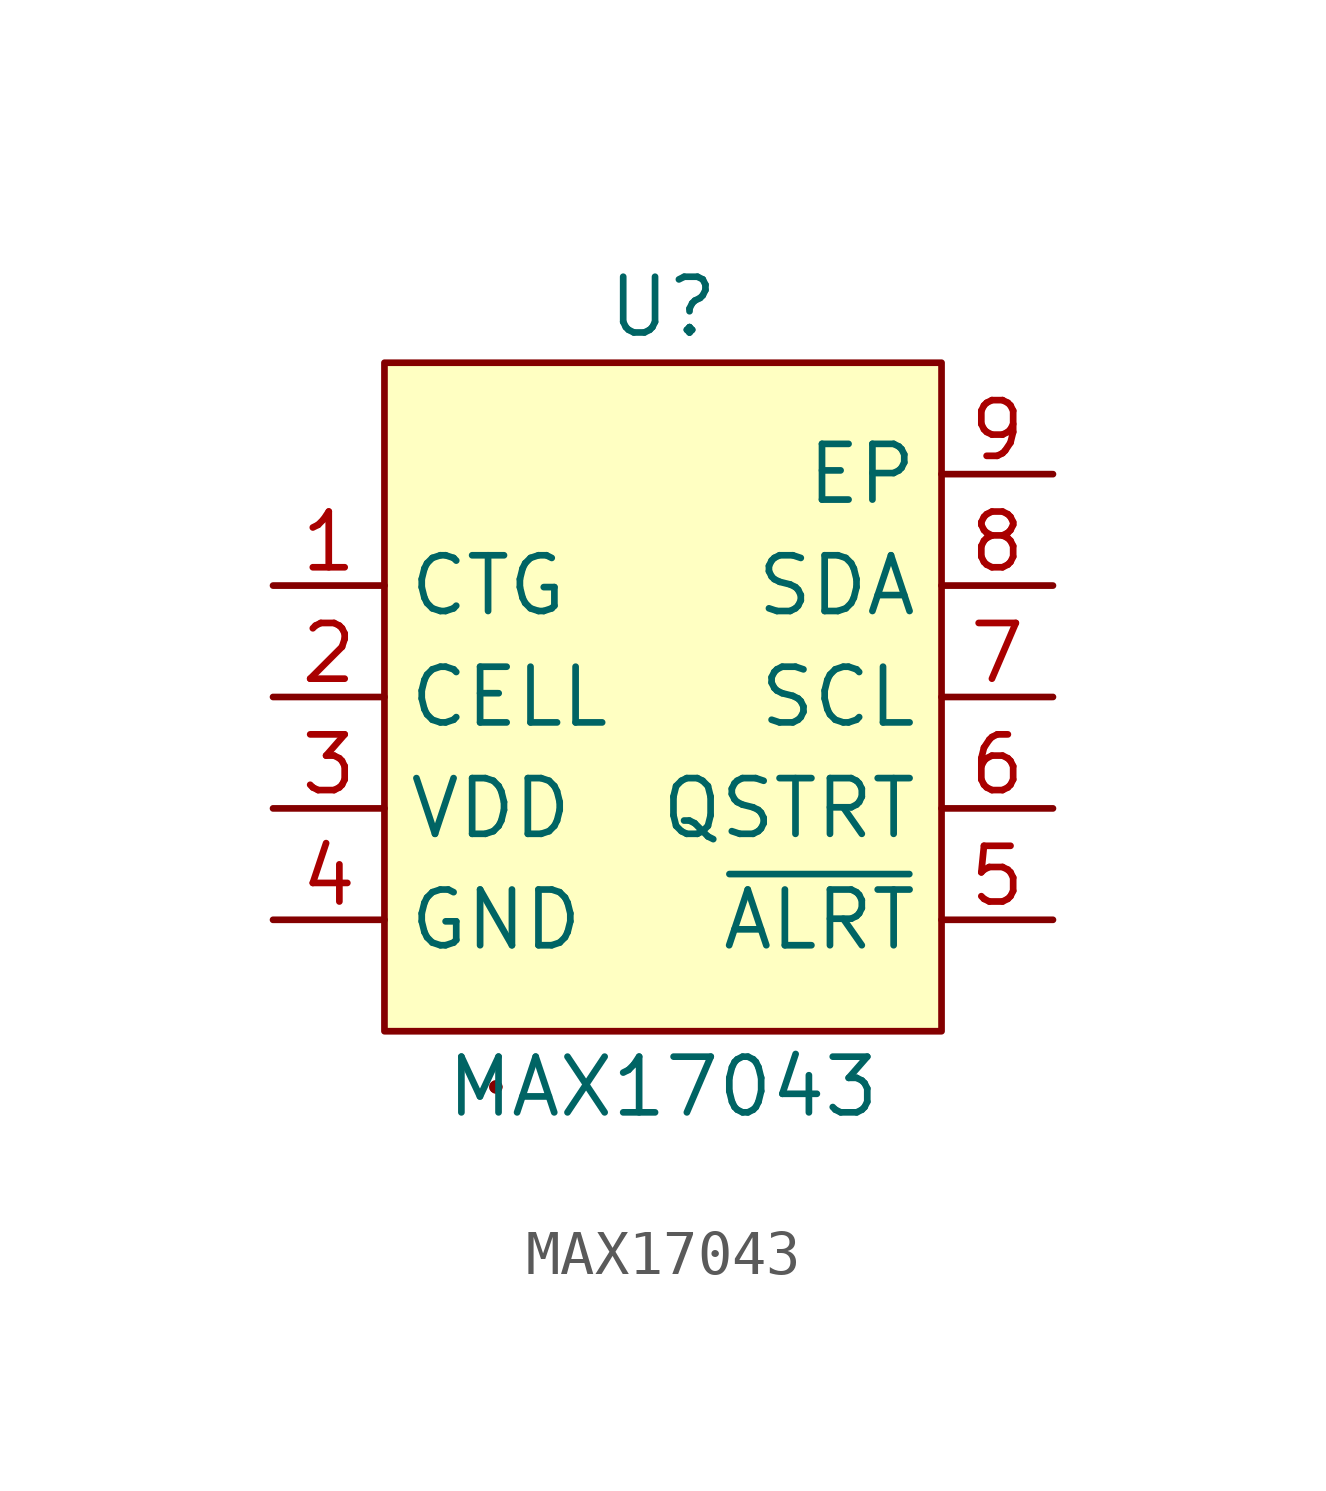
<source format=kicad_sym>
(kicad_symbol_lib
  (version 20220914)
  (generator kicad_symbol_editor)
  (symbol "MAX17043"
    (property "Reference" "U"
      (at 6.35 1.27 0)
      (effects (font (size 1.27 1.27))))
    (property "Value" "MAX17043"
      (at 6.35 -16.51 0)
      (effects (font (size 1.27 1.27))))
    (symbol "MAX17043_0_1"
      (rectangle (start 0 0) (end 12.7 -15.24) (stroke (width 0) (type default)) (fill (type background)))
      (circle (center 2.54 -16.51) (radius 0.0001) (stroke (width 0) (type default)) (fill (type none)))
      (circle (center 2.54 -16.51) (radius 0.0001) (stroke (width 0) (type default)) (fill (type none))))
    (symbol "MAX17043_1_1"
      (pin bidirectional line (at -2.54 -5.08 0) (length 2.54) (name "CTG" (effects (font (size 1.27 1.27)))) (number "1" (effects (font (size 1.27 1.27)))))
      (pin bidirectional line (at -2.54 -7.62 0) (length 2.54) (name "CELL" (effects (font (size 1.27 1.27)))) (number "2" (effects (font (size 1.27 1.27)))))
      (pin power_in line (at -2.54 -10.16 0) (length 2.54) (name "VDD" (effects (font (size 1.27 1.27)))) (number "3" (effects (font (size 1.27 1.27)))))
      (pin power_in line (at -2.54 -12.7 0) (length 2.54) (name "GND" (effects (font (size 1.27 1.27)))) (number "4" (effects (font (size 1.27 1.27)))))
      (pin bidirectional line (at 15.24 -12.7 180) (length 2.54) (name "~{ALRT}" (effects (font (size 1.27 1.27)))) (number "5" (effects (font (size 1.27 1.27)))))
      (pin bidirectional line (at 15.24 -10.16 180) (length 2.54) (name "QSTRT" (effects (font (size 1.27 1.27)))) (number "6" (effects (font (size 1.27 1.27)))))
      (pin bidirectional line (at 15.24 -7.62 180) (length 2.54) (name "SCL" (effects (font (size 1.27 1.27)))) (number "7" (effects (font (size 1.27 1.27)))))
      (pin bidirectional line (at 15.24 -5.08 180) (length 2.54) (name "SDA" (effects (font (size 1.27 1.27)))) (number "8" (effects (font (size 1.27 1.27)))))
      (pin bidirectional line (at 15.24 -2.54 180) (length 2.54) (name "EP" (effects (font (size 1.27 1.27)))) (number "9" (effects (font (size 1.27 1.27))))))))
</source>
